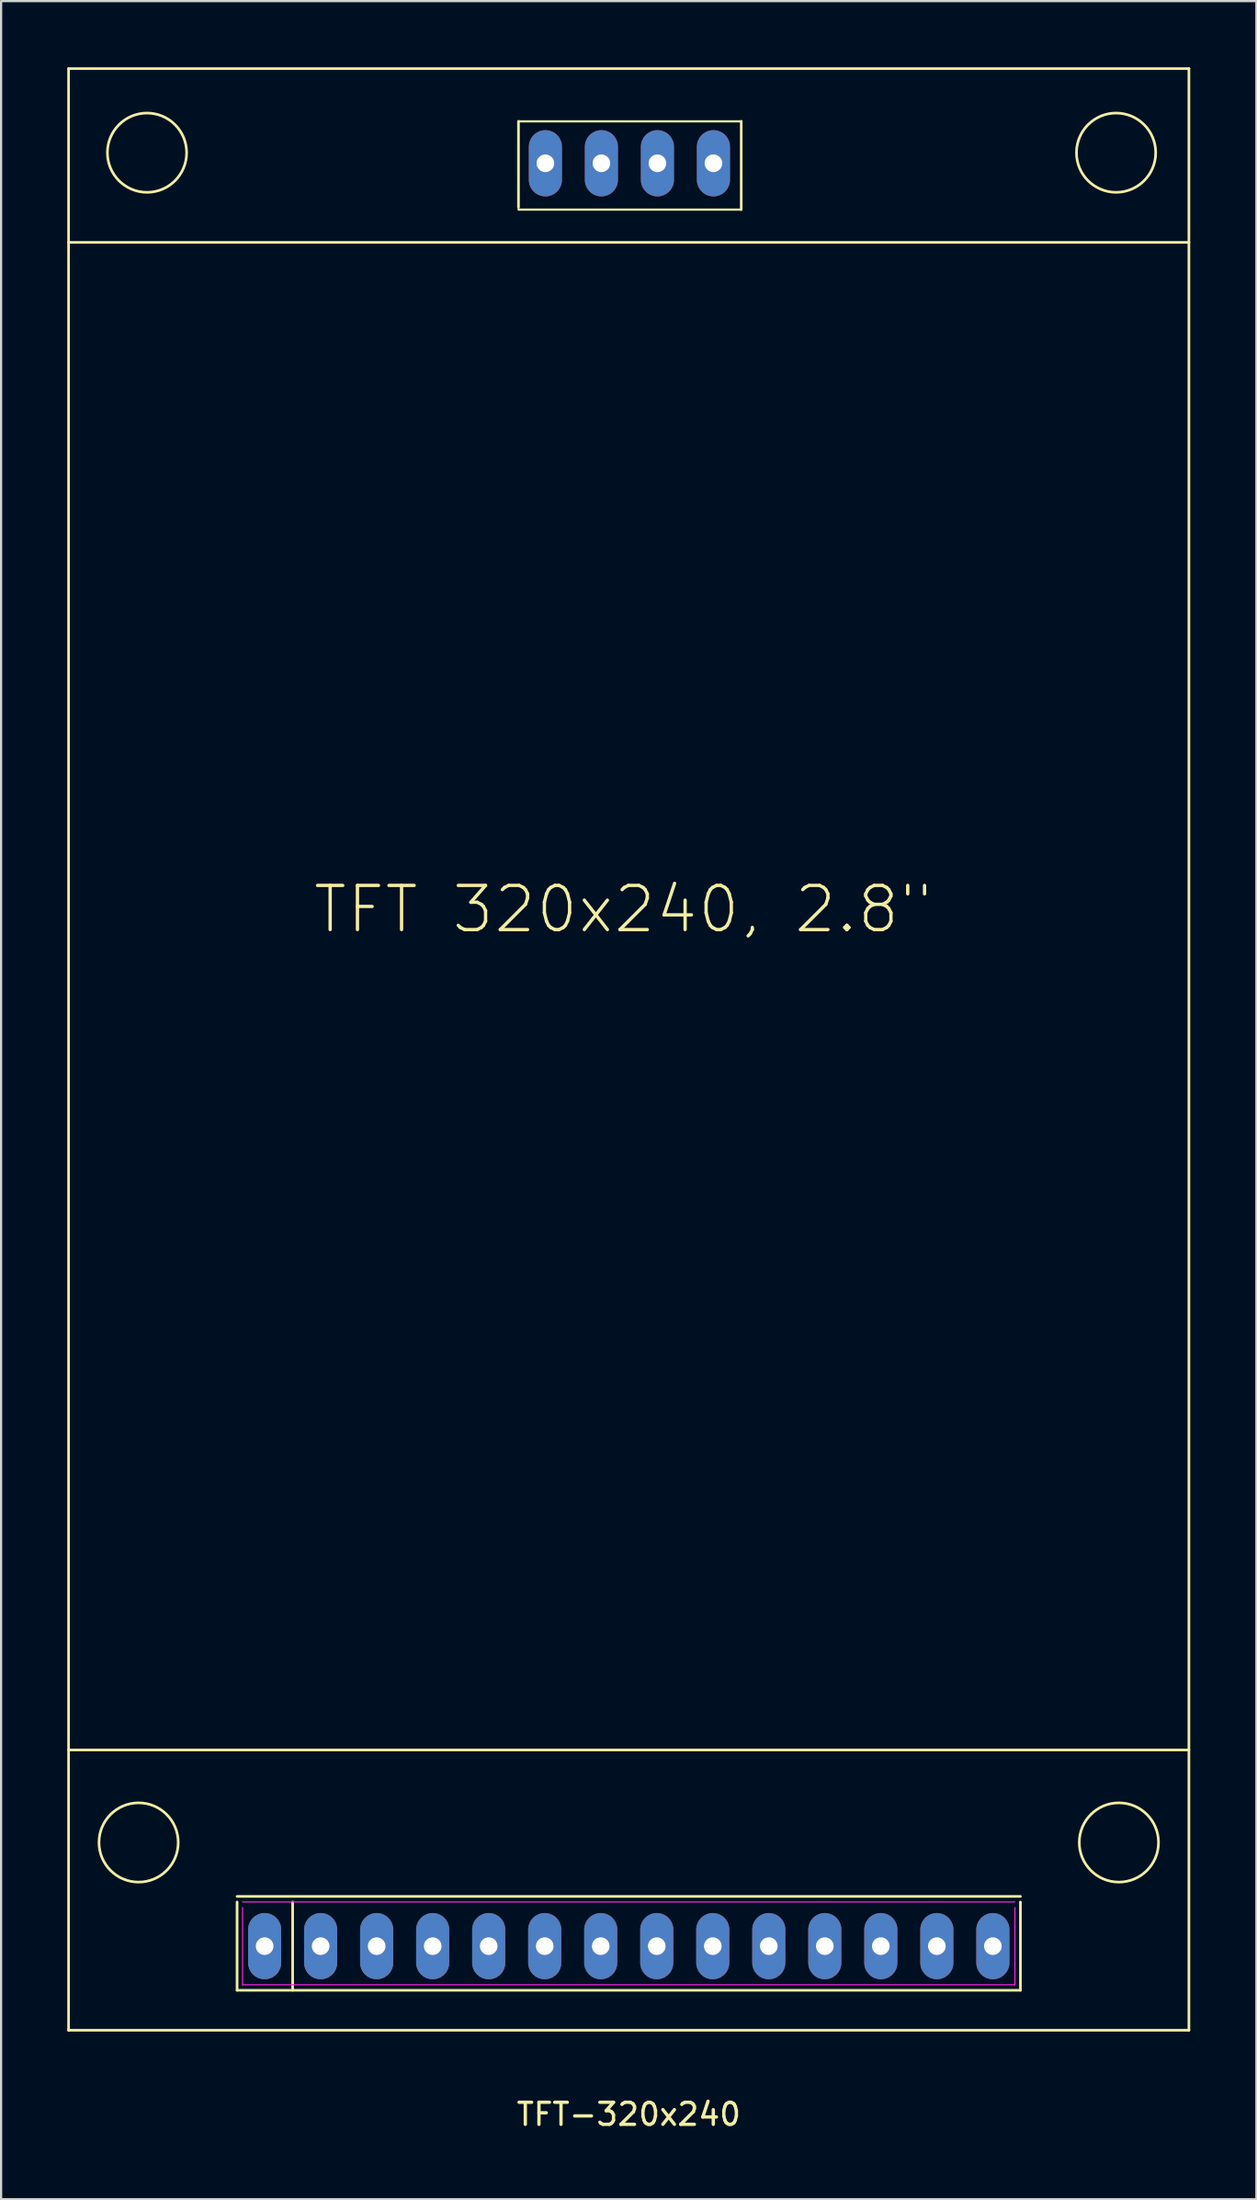
<source format=kicad_pcb>
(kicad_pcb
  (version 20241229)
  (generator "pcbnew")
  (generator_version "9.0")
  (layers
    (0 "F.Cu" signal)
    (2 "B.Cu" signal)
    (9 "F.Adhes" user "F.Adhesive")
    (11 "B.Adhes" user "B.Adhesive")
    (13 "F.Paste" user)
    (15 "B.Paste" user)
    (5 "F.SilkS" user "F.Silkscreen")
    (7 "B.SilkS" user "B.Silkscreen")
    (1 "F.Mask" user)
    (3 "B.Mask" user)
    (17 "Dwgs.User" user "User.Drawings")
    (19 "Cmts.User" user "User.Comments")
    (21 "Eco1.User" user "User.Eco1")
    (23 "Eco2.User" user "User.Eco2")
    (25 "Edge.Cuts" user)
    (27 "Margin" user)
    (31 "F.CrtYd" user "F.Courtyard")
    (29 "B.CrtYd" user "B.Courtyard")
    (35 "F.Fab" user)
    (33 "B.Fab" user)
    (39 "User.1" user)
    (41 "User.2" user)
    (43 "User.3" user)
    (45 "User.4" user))
  (footprint "TFT-320x240"
    (layer "F.Cu")
    (at 25.46 85.15)
    (property "Reference" "TFT-320x240" (at 0 7.62 0) (layer "F.SilkS") (effects (font (size 1 1) (thickness 0.15))))
    (attr through_hole)
    (fp_line (start -25.4 -85.09) (end -25.4 3.81) (stroke (width 0.12) (type solid)) (layer "F.SilkS"))
    (fp_line (start -25.4 -77.216) (end 25.4 -77.216) (stroke (width 0.12) (type solid)) (layer "F.SilkS"))
    (fp_line (start -25.4 -8.89) (end 25.4 -8.89) (stroke (width 0.12) (type solid)) (layer "F.SilkS"))
    (fp_line (start -25.4 3.81) (end 25.4 3.81) (stroke (width 0.12) (type solid)) (layer "F.SilkS"))
    (fp_line (start -17.76 -2.254) (end 17.76 -2.254) (stroke (width 0.12) (type solid)) (layer "F.SilkS"))
    (fp_line (start -17.76 2) (end -17.76 -2) (stroke (width 0.12) (type solid)) (layer "F.SilkS"))
    (fp_line (start -15.24 -2) (end -15.24 2) (stroke (width 0.12) (type solid)) (layer "F.SilkS"))
    (fp_line (start -5 -82.7) (end -5 -78.8) (stroke (width 0.12) (type solid)) (layer "F.SilkS"))
    (fp_line (start -5 -82.7) (end 5.1 -82.7) (stroke (width 0.1) (type default)) (layer "F.SilkS"))
    (fp_line (start -5 -78.7) (end 5.1 -78.7) (stroke (width 0.1) (type default)) (layer "F.SilkS"))
    (fp_line (start 5.1 -82.7) (end 5.1 -78.7) (stroke (width 0.12) (type solid)) (layer "F.SilkS"))
    (fp_line (start 17.76 -2) (end 17.76 2) (stroke (width 0.12) (type solid)) (layer "F.SilkS"))
    (fp_line (start 17.76 2) (end -17.76 2) (stroke (width 0.12) (type solid)) (layer "F.SilkS"))
    (fp_line (start 25.4 -85.09) (end -25.4 -85.09) (stroke (width 0.12) (type solid)) (layer "F.SilkS"))
    (fp_line (start 25.4 3.81) (end 25.4 -85.09) (stroke (width 0.12) (type solid)) (layer "F.SilkS"))
    (fp_circle (center -22.225 -4.699) (end -23.495 -3.429) (stroke (width 0.12) (type solid)) (fill no) (layer "F.SilkS"))
    (fp_circle (center -21.844 -81.28) (end -23.114 -82.55) (stroke (width 0.12) (type solid)) (fill no) (layer "F.SilkS"))
    (fp_circle (center 22.098 -81.28) (end 20.828 -80.01) (stroke (width 0.12) (type solid)) (fill no) (layer "F.SilkS"))
    (fp_circle (center 22.225 -4.699) (end 20.955 -3.429) (stroke (width 0.12) (type solid)) (fill no) (layer "F.SilkS"))
    (fp_line (start -17.51 -2.004) (end 17.51 -2.004) (stroke (width 0.05) (type solid)) (layer "F.CrtYd"))
    (fp_line (start -17.51 1.75) (end -17.51 -1.75) (stroke (width 0.05) (type solid)) (layer "F.CrtYd"))
    (fp_line (start 17.51 -1.75) (end 17.51 1.75) (stroke (width 0.05) (type solid)) (layer "F.CrtYd"))
    (fp_line (start 17.51 1.75) (end -17.51 1.75) (stroke (width 0.05) (type solid)) (layer "F.CrtYd"))
    (fp_text user "TFT 320x240, 2.8\"" (at -0.254 -46.99 0) (layer "F.SilkS") (effects (font (size 2 2) (thickness 0.15))))
    (pad "1" thru_hole oval (at -16.51 0) (size 1.5 3) (drill 0.8) (layers "*.Cu" "*.Mask"))
    (pad "2" thru_hole oval (at -13.97 0) (size 1.5 3) (drill 0.8) (layers "*.Cu" "*.Mask"))
    (pad "3" thru_hole oval (at -11.43 0) (size 1.5 3) (drill 0.8) (layers "*.Cu" "*.Mask"))
    (pad "4" thru_hole oval (at -8.89 0) (size 1.5 3) (drill 0.8) (layers "*.Cu" "*.Mask"))
    (pad "5" thru_hole oval (at -6.35 0) (size 1.5 3) (drill 0.8) (layers "*.Cu" "*.Mask"))
    (pad "6" thru_hole oval (at -3.81 0) (size 1.5 3) (drill 0.8) (layers "*.Cu" "*.Mask"))
    (pad "7" thru_hole oval (at -1.27 0) (size 1.5 3) (drill 0.8) (layers "*.Cu" "*.Mask"))
    (pad "8" thru_hole oval (at 1.27 0) (size 1.5 3) (drill 0.8) (layers "*.Cu" "*.Mask"))
    (pad "9" thru_hole oval (at 3.81 0) (size 1.5 3) (drill 0.8) (layers "*.Cu" "*.Mask"))
    (pad "10" thru_hole oval (at 6.35 0) (size 1.5 3) (drill 0.8) (layers "*.Cu" "*.Mask"))
    (pad "11" thru_hole oval (at 8.89 0) (size 1.5 3) (drill 0.8) (layers "*.Cu" "*.Mask"))
    (pad "12" thru_hole oval (at 11.43 0) (size 1.5 3) (drill 0.8) (layers "*.Cu" "*.Mask"))
    (pad "13" thru_hole oval (at 13.97 0) (size 1.5 3) (drill 0.8) (layers "*.Cu" "*.Mask"))
    (pad "14" thru_hole oval (at 16.51 0) (size 1.5 3) (drill 0.8) (layers "*.Cu" "*.Mask"))
    (pad "15" thru_hole oval (at -3.78 -80.8) (size 1.5 3) (drill 0.8) (layers "*.Cu" "*.Mask"))
    (pad "16" thru_hole oval (at -1.24 -80.8) (size 1.5 3) (drill 0.8) (layers "*.Cu" "*.Mask"))
    (pad "17" thru_hole oval (at 1.3 -80.8) (size 1.5 3) (drill 0.8) (layers "*.Cu" "*.Mask"))
    (pad "18" thru_hole oval (at 3.84 -80.8) (size 1.5 3) (drill 0.8) (layers "*.Cu" "*.Mask")))
  (gr_rect
    (start -3 -3)
    (end 53.92 96.618)
    (stroke (width 0.1) (type default))
    (fill no)
    (layer "Edge.Cuts")))
</source>
